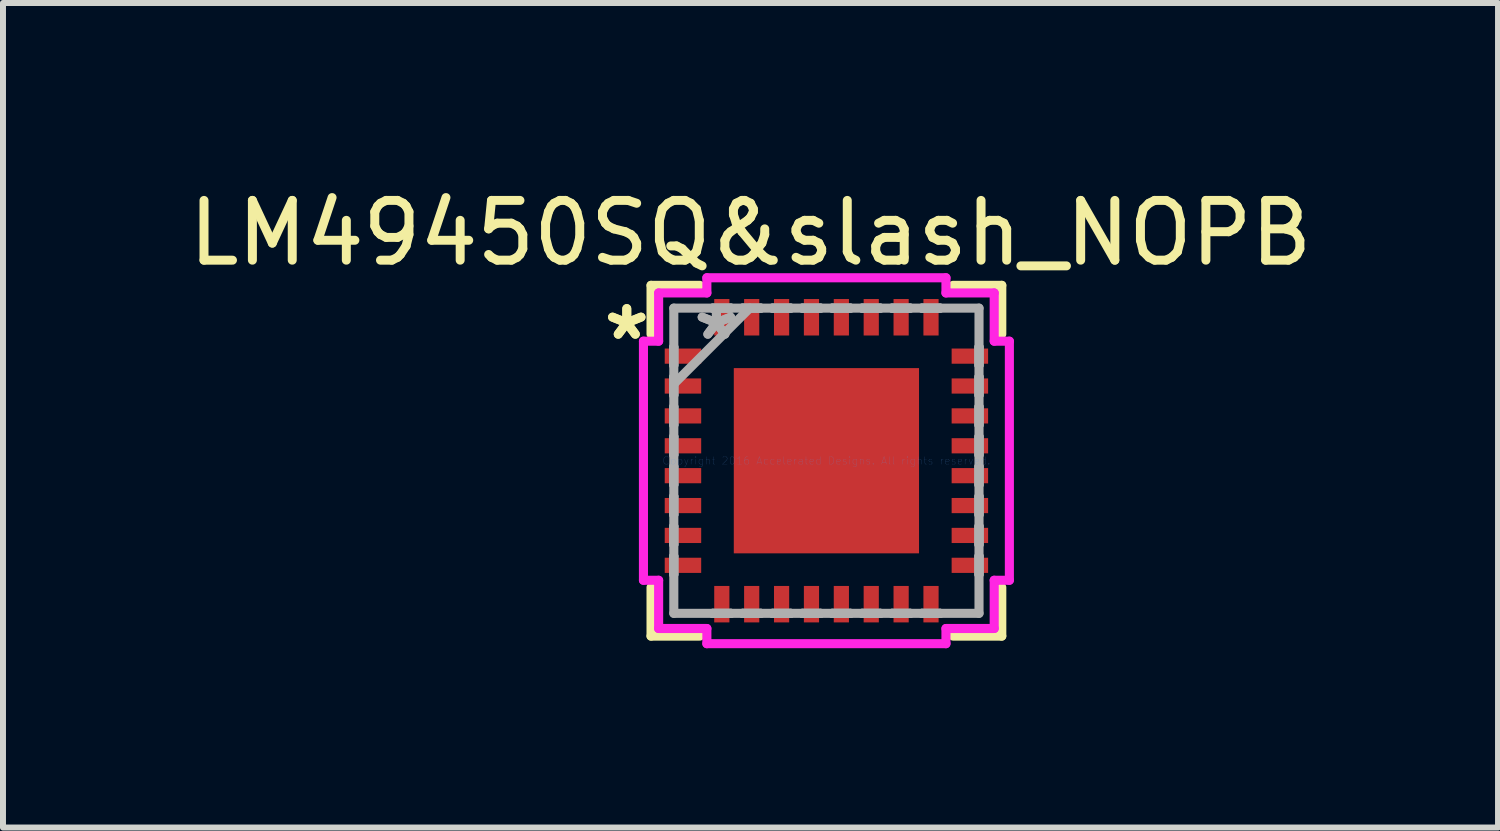
<source format=kicad_pcb>
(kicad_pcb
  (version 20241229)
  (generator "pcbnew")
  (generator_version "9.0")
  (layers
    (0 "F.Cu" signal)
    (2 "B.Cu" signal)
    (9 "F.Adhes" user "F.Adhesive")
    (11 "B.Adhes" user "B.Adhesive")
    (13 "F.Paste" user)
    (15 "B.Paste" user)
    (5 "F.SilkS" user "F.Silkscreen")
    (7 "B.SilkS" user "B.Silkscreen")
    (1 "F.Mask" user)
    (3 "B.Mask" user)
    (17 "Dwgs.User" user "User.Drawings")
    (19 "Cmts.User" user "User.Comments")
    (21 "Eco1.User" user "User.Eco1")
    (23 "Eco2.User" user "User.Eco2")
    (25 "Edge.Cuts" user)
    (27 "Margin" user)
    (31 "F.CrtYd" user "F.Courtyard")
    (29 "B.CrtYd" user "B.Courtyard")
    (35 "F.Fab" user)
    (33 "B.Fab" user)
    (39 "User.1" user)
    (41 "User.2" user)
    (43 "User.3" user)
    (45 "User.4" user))
  (footprint "LM49450SQ&slash_NOPB"
    (layer "F.Cu")
    (at 10.776 4.658)
    (property "Reference" "LM49450SQ&slash_NOPB" (at -1.27 -3.81 0) (layer "F.SilkS") (effects (font (size 1 1) (thickness 0.15))))
    (attr through_hole)
    (fp_line (start -2.934 -2.934) (end -2.934 -2.119) (stroke (width 0.152) (type solid)) (layer "F.SilkS"))
    (fp_line (start -2.934 2.119) (end -2.934 2.934) (stroke (width 0.152) (type solid)) (layer "F.SilkS"))
    (fp_line (start -2.934 2.934) (end -2.119 2.934) (stroke (width 0.152) (type solid)) (layer "F.SilkS"))
    (fp_line (start -2.119 -2.934) (end -2.934 -2.934) (stroke (width 0.152) (type solid)) (layer "F.SilkS"))
    (fp_line (start 2.119 2.934) (end 2.934 2.934) (stroke (width 0.152) (type solid)) (layer "F.SilkS"))
    (fp_line (start 2.934 -2.934) (end 2.119 -2.934) (stroke (width 0.152) (type solid)) (layer "F.SilkS"))
    (fp_line (start 2.934 -2.119) (end 2.934 -2.934) (stroke (width 0.152) (type solid)) (layer "F.SilkS"))
    (fp_line (start 2.934 2.934) (end 2.934 2.119) (stroke (width 0.152) (type solid)) (layer "F.SilkS"))
    (fp_line (start -2.908 -1.877) (end -2.908 -1.623) (stroke (width 0.152) (type solid)) (layer "F.Paste"))
    (fp_line (start -2.908 -1.623) (end -2.299 -1.623) (stroke (width 0.152) (type solid)) (layer "F.Paste"))
    (fp_line (start -2.908 -1.377) (end -2.908 -1.123) (stroke (width 0.152) (type solid)) (layer "F.Paste"))
    (fp_line (start -2.908 -1.123) (end -2.299 -1.123) (stroke (width 0.152) (type solid)) (layer "F.Paste"))
    (fp_line (start -2.908 -0.877) (end -2.908 -0.623) (stroke (width 0.152) (type solid)) (layer "F.Paste"))
    (fp_line (start -2.908 -0.623) (end -2.299 -0.623) (stroke (width 0.152) (type solid)) (layer "F.Paste"))
    (fp_line (start -2.908 -0.377) (end -2.908 -0.123) (stroke (width 0.152) (type solid)) (layer "F.Paste"))
    (fp_line (start -2.908 -0.123) (end -2.299 -0.123) (stroke (width 0.152) (type solid)) (layer "F.Paste"))
    (fp_line (start -2.908 0.123) (end -2.908 0.377) (stroke (width 0.152) (type solid)) (layer "F.Paste"))
    (fp_line (start -2.908 0.377) (end -2.299 0.377) (stroke (width 0.152) (type solid)) (layer "F.Paste"))
    (fp_line (start -2.908 0.623) (end -2.908 0.877) (stroke (width 0.152) (type solid)) (layer "F.Paste"))
    (fp_line (start -2.908 0.877) (end -2.299 0.877) (stroke (width 0.152) (type solid)) (layer "F.Paste"))
    (fp_line (start -2.908 1.123) (end -2.908 1.377) (stroke (width 0.152) (type solid)) (layer "F.Paste"))
    (fp_line (start -2.908 1.377) (end -2.299 1.377) (stroke (width 0.152) (type solid)) (layer "F.Paste"))
    (fp_line (start -2.908 1.623) (end -2.908 1.877) (stroke (width 0.152) (type solid)) (layer "F.Paste"))
    (fp_line (start -2.908 1.877) (end -2.299 1.877) (stroke (width 0.152) (type solid)) (layer "F.Paste"))
    (fp_line (start -2.299 -1.877) (end -2.908 -1.877) (stroke (width 0.152) (type solid)) (layer "F.Paste"))
    (fp_line (start -2.299 -1.623) (end -2.299 -1.877) (stroke (width 0.152) (type solid)) (layer "F.Paste"))
    (fp_line (start -2.299 -1.377) (end -2.908 -1.377) (stroke (width 0.152) (type solid)) (layer "F.Paste"))
    (fp_line (start -2.299 -1.123) (end -2.299 -1.377) (stroke (width 0.152) (type solid)) (layer "F.Paste"))
    (fp_line (start -2.299 -0.877) (end -2.908 -0.877) (stroke (width 0.152) (type solid)) (layer "F.Paste"))
    (fp_line (start -2.299 -0.623) (end -2.299 -0.877) (stroke (width 0.152) (type solid)) (layer "F.Paste"))
    (fp_line (start -2.299 -0.377) (end -2.908 -0.377) (stroke (width 0.152) (type solid)) (layer "F.Paste"))
    (fp_line (start -2.299 -0.123) (end -2.299 -0.377) (stroke (width 0.152) (type solid)) (layer "F.Paste"))
    (fp_line (start -2.299 0.123) (end -2.908 0.123) (stroke (width 0.152) (type solid)) (layer "F.Paste"))
    (fp_line (start -2.299 0.377) (end -2.299 0.123) (stroke (width 0.152) (type solid)) (layer "F.Paste"))
    (fp_line (start -2.299 0.623) (end -2.908 0.623) (stroke (width 0.152) (type solid)) (layer "F.Paste"))
    (fp_line (start -2.299 0.877) (end -2.299 0.623) (stroke (width 0.152) (type solid)) (layer "F.Paste"))
    (fp_line (start -2.299 1.123) (end -2.908 1.123) (stroke (width 0.152) (type solid)) (layer "F.Paste"))
    (fp_line (start -2.299 1.377) (end -2.299 1.123) (stroke (width 0.152) (type solid)) (layer "F.Paste"))
    (fp_line (start -2.299 1.623) (end -2.908 1.623) (stroke (width 0.152) (type solid)) (layer "F.Paste"))
    (fp_line (start -2.299 1.877) (end -2.299 1.623) (stroke (width 0.152) (type solid)) (layer "F.Paste"))
    (fp_line (start -1.877 -2.908) (end -1.877 -2.299) (stroke (width 0.152) (type solid)) (layer "F.Paste"))
    (fp_line (start -1.877 -2.299) (end -1.623 -2.299) (stroke (width 0.152) (type solid)) (layer "F.Paste"))
    (fp_line (start -1.877 2.299) (end -1.877 2.908) (stroke (width 0.152) (type solid)) (layer "F.Paste"))
    (fp_line (start -1.877 2.908) (end -1.623 2.908) (stroke (width 0.152) (type solid)) (layer "F.Paste"))
    (fp_line (start -1.623 -2.908) (end -1.877 -2.908) (stroke (width 0.152) (type solid)) (layer "F.Paste"))
    (fp_line (start -1.623 -2.299) (end -1.623 -2.908) (stroke (width 0.152) (type solid)) (layer "F.Paste"))
    (fp_line (start -1.623 2.299) (end -1.877 2.299) (stroke (width 0.152) (type solid)) (layer "F.Paste"))
    (fp_line (start -1.623 2.908) (end -1.623 2.299) (stroke (width 0.152) (type solid)) (layer "F.Paste"))
    (fp_line (start -1.395 -1.395) (end -1.395 -0.1) (stroke (width 0.152) (type solid)) (layer "F.Paste"))
    (fp_line (start -1.395 -0.1) (end -0.1 -0.1) (stroke (width 0.152) (type solid)) (layer "F.Paste"))
    (fp_line (start -1.395 0.1) (end -1.395 1.395) (stroke (width 0.152) (type solid)) (layer "F.Paste"))
    (fp_line (start -1.395 1.395) (end -0.1 1.395) (stroke (width 0.152) (type solid)) (layer "F.Paste"))
    (fp_line (start -1.377 -2.908) (end -1.377 -2.299) (stroke (width 0.152) (type solid)) (layer "F.Paste"))
    (fp_line (start -1.377 -2.299) (end -1.123 -2.299) (stroke (width 0.152) (type solid)) (layer "F.Paste"))
    (fp_line (start -1.377 2.299) (end -1.377 2.908) (stroke (width 0.152) (type solid)) (layer "F.Paste"))
    (fp_line (start -1.377 2.908) (end -1.123 2.908) (stroke (width 0.152) (type solid)) (layer "F.Paste"))
    (fp_line (start -1.123 -2.908) (end -1.377 -2.908) (stroke (width 0.152) (type solid)) (layer "F.Paste"))
    (fp_line (start -1.123 -2.299) (end -1.123 -2.908) (stroke (width 0.152) (type solid)) (layer "F.Paste"))
    (fp_line (start -1.123 2.299) (end -1.377 2.299) (stroke (width 0.152) (type solid)) (layer "F.Paste"))
    (fp_line (start -1.123 2.908) (end -1.123 2.299) (stroke (width 0.152) (type solid)) (layer "F.Paste"))
    (fp_line (start -0.877 -2.908) (end -0.877 -2.299) (stroke (width 0.152) (type solid)) (layer "F.Paste"))
    (fp_line (start -0.877 -2.299) (end -0.623 -2.299) (stroke (width 0.152) (type solid)) (layer "F.Paste"))
    (fp_line (start -0.877 2.299) (end -0.877 2.908) (stroke (width 0.152) (type solid)) (layer "F.Paste"))
    (fp_line (start -0.877 2.908) (end -0.623 2.908) (stroke (width 0.152) (type solid)) (layer "F.Paste"))
    (fp_line (start -0.623 -2.908) (end -0.877 -2.908) (stroke (width 0.152) (type solid)) (layer "F.Paste"))
    (fp_line (start -0.623 -2.299) (end -0.623 -2.908) (stroke (width 0.152) (type solid)) (layer "F.Paste"))
    (fp_line (start -0.623 2.299) (end -0.877 2.299) (stroke (width 0.152) (type solid)) (layer "F.Paste"))
    (fp_line (start -0.623 2.908) (end -0.623 2.299) (stroke (width 0.152) (type solid)) (layer "F.Paste"))
    (fp_line (start -0.377 -2.908) (end -0.377 -2.299) (stroke (width 0.152) (type solid)) (layer "F.Paste"))
    (fp_line (start -0.377 -2.299) (end -0.123 -2.299) (stroke (width 0.152) (type solid)) (layer "F.Paste"))
    (fp_line (start -0.377 2.299) (end -0.377 2.908) (stroke (width 0.152) (type solid)) (layer "F.Paste"))
    (fp_line (start -0.377 2.908) (end -0.123 2.908) (stroke (width 0.152) (type solid)) (layer "F.Paste"))
    (fp_line (start -0.123 -2.908) (end -0.377 -2.908) (stroke (width 0.152) (type solid)) (layer "F.Paste"))
    (fp_line (start -0.123 -2.299) (end -0.123 -2.908) (stroke (width 0.152) (type solid)) (layer "F.Paste"))
    (fp_line (start -0.123 2.299) (end -0.377 2.299) (stroke (width 0.152) (type solid)) (layer "F.Paste"))
    (fp_line (start -0.123 2.908) (end -0.123 2.299) (stroke (width 0.152) (type solid)) (layer "F.Paste"))
    (fp_line (start -0.1 -1.395) (end -1.395 -1.395) (stroke (width 0.152) (type solid)) (layer "F.Paste"))
    (fp_line (start -0.1 -0.1) (end -0.1 -1.395) (stroke (width 0.152) (type solid)) (layer "F.Paste"))
    (fp_line (start -0.1 0.1) (end -1.395 0.1) (stroke (width 0.152) (type solid)) (layer "F.Paste"))
    (fp_line (start -0.1 1.395) (end -0.1 0.1) (stroke (width 0.152) (type solid)) (layer "F.Paste"))
    (fp_line (start 0.1 -1.395) (end 0.1 -0.1) (stroke (width 0.152) (type solid)) (layer "F.Paste"))
    (fp_line (start 0.1 -0.1) (end 1.395 -0.1) (stroke (width 0.152) (type solid)) (layer "F.Paste"))
    (fp_line (start 0.1 0.1) (end 0.1 1.395) (stroke (width 0.152) (type solid)) (layer "F.Paste"))
    (fp_line (start 0.1 1.395) (end 1.395 1.395) (stroke (width 0.152) (type solid)) (layer "F.Paste"))
    (fp_line (start 0.123 -2.908) (end 0.123 -2.299) (stroke (width 0.152) (type solid)) (layer "F.Paste"))
    (fp_line (start 0.123 -2.299) (end 0.377 -2.299) (stroke (width 0.152) (type solid)) (layer "F.Paste"))
    (fp_line (start 0.123 2.299) (end 0.123 2.908) (stroke (width 0.152) (type solid)) (layer "F.Paste"))
    (fp_line (start 0.123 2.908) (end 0.377 2.908) (stroke (width 0.152) (type solid)) (layer "F.Paste"))
    (fp_line (start 0.377 -2.908) (end 0.123 -2.908) (stroke (width 0.152) (type solid)) (layer "F.Paste"))
    (fp_line (start 0.377 -2.299) (end 0.377 -2.908) (stroke (width 0.152) (type solid)) (layer "F.Paste"))
    (fp_line (start 0.377 2.299) (end 0.123 2.299) (stroke (width 0.152) (type solid)) (layer "F.Paste"))
    (fp_line (start 0.377 2.908) (end 0.377 2.299) (stroke (width 0.152) (type solid)) (layer "F.Paste"))
    (fp_line (start 0.623 -2.908) (end 0.623 -2.299) (stroke (width 0.152) (type solid)) (layer "F.Paste"))
    (fp_line (start 0.623 -2.299) (end 0.877 -2.299) (stroke (width 0.152) (type solid)) (layer "F.Paste"))
    (fp_line (start 0.623 2.299) (end 0.623 2.908) (stroke (width 0.152) (type solid)) (layer "F.Paste"))
    (fp_line (start 0.623 2.908) (end 0.877 2.908) (stroke (width 0.152) (type solid)) (layer "F.Paste"))
    (fp_line (start 0.877 -2.908) (end 0.623 -2.908) (stroke (width 0.152) (type solid)) (layer "F.Paste"))
    (fp_line (start 0.877 -2.299) (end 0.877 -2.908) (stroke (width 0.152) (type solid)) (layer "F.Paste"))
    (fp_line (start 0.877 2.299) (end 0.623 2.299) (stroke (width 0.152) (type solid)) (layer "F.Paste"))
    (fp_line (start 0.877 2.908) (end 0.877 2.299) (stroke (width 0.152) (type solid)) (layer "F.Paste"))
    (fp_line (start 1.123 -2.908) (end 1.123 -2.299) (stroke (width 0.152) (type solid)) (layer "F.Paste"))
    (fp_line (start 1.123 -2.299) (end 1.377 -2.299) (stroke (width 0.152) (type solid)) (layer "F.Paste"))
    (fp_line (start 1.123 2.299) (end 1.123 2.908) (stroke (width 0.152) (type solid)) (layer "F.Paste"))
    (fp_line (start 1.123 2.908) (end 1.377 2.908) (stroke (width 0.152) (type solid)) (layer "F.Paste"))
    (fp_line (start 1.377 -2.908) (end 1.123 -2.908) (stroke (width 0.152) (type solid)) (layer "F.Paste"))
    (fp_line (start 1.377 -2.299) (end 1.377 -2.908) (stroke (width 0.152) (type solid)) (layer "F.Paste"))
    (fp_line (start 1.377 2.299) (end 1.123 2.299) (stroke (width 0.152) (type solid)) (layer "F.Paste"))
    (fp_line (start 1.377 2.908) (end 1.377 2.299) (stroke (width 0.152) (type solid)) (layer "F.Paste"))
    (fp_line (start 1.395 -1.395) (end 0.1 -1.395) (stroke (width 0.152) (type solid)) (layer "F.Paste"))
    (fp_line (start 1.395 -0.1) (end 1.395 -1.395) (stroke (width 0.152) (type solid)) (layer "F.Paste"))
    (fp_line (start 1.395 0.1) (end 0.1 0.1) (stroke (width 0.152) (type solid)) (layer "F.Paste"))
    (fp_line (start 1.395 1.395) (end 1.395 0.1) (stroke (width 0.152) (type solid)) (layer "F.Paste"))
    (fp_line (start 1.623 -2.908) (end 1.623 -2.299) (stroke (width 0.152) (type solid)) (layer "F.Paste"))
    (fp_line (start 1.623 -2.299) (end 1.877 -2.299) (stroke (width 0.152) (type solid)) (layer "F.Paste"))
    (fp_line (start 1.623 2.299) (end 1.623 2.908) (stroke (width 0.152) (type solid)) (layer "F.Paste"))
    (fp_line (start 1.623 2.908) (end 1.877 2.908) (stroke (width 0.152) (type solid)) (layer "F.Paste"))
    (fp_line (start 1.877 -2.908) (end 1.623 -2.908) (stroke (width 0.152) (type solid)) (layer "F.Paste"))
    (fp_line (start 1.877 -2.299) (end 1.877 -2.908) (stroke (width 0.152) (type solid)) (layer "F.Paste"))
    (fp_line (start 1.877 2.299) (end 1.623 2.299) (stroke (width 0.152) (type solid)) (layer "F.Paste"))
    (fp_line (start 1.877 2.908) (end 1.877 2.299) (stroke (width 0.152) (type solid)) (layer "F.Paste"))
    (fp_line (start 2.299 -1.877) (end 2.299 -1.623) (stroke (width 0.152) (type solid)) (layer "F.Paste"))
    (fp_line (start 2.299 -1.623) (end 2.908 -1.623) (stroke (width 0.152) (type solid)) (layer "F.Paste"))
    (fp_line (start 2.299 -1.377) (end 2.299 -1.123) (stroke (width 0.152) (type solid)) (layer "F.Paste"))
    (fp_line (start 2.299 -1.123) (end 2.908 -1.123) (stroke (width 0.152) (type solid)) (layer "F.Paste"))
    (fp_line (start 2.299 -0.877) (end 2.299 -0.623) (stroke (width 0.152) (type solid)) (layer "F.Paste"))
    (fp_line (start 2.299 -0.623) (end 2.908 -0.623) (stroke (width 0.152) (type solid)) (layer "F.Paste"))
    (fp_line (start 2.299 -0.377) (end 2.299 -0.123) (stroke (width 0.152) (type solid)) (layer "F.Paste"))
    (fp_line (start 2.299 -0.123) (end 2.908 -0.123) (stroke (width 0.152) (type solid)) (layer "F.Paste"))
    (fp_line (start 2.299 0.123) (end 2.299 0.377) (stroke (width 0.152) (type solid)) (layer "F.Paste"))
    (fp_line (start 2.299 0.377) (end 2.908 0.377) (stroke (width 0.152) (type solid)) (layer "F.Paste"))
    (fp_line (start 2.299 0.623) (end 2.299 0.877) (stroke (width 0.152) (type solid)) (layer "F.Paste"))
    (fp_line (start 2.299 0.877) (end 2.908 0.877) (stroke (width 0.152) (type solid)) (layer "F.Paste"))
    (fp_line (start 2.299 1.123) (end 2.299 1.377) (stroke (width 0.152) (type solid)) (layer "F.Paste"))
    (fp_line (start 2.299 1.377) (end 2.908 1.377) (stroke (width 0.152) (type solid)) (layer "F.Paste"))
    (fp_line (start 2.299 1.623) (end 2.299 1.877) (stroke (width 0.152) (type solid)) (layer "F.Paste"))
    (fp_line (start 2.299 1.877) (end 2.908 1.877) (stroke (width 0.152) (type solid)) (layer "F.Paste"))
    (fp_line (start 2.908 -1.877) (end 2.299 -1.877) (stroke (width 0.152) (type solid)) (layer "F.Paste"))
    (fp_line (start 2.908 -1.623) (end 2.908 -1.877) (stroke (width 0.152) (type solid)) (layer "F.Paste"))
    (fp_line (start 2.908 -1.377) (end 2.299 -1.377) (stroke (width 0.152) (type solid)) (layer "F.Paste"))
    (fp_line (start 2.908 -1.123) (end 2.908 -1.377) (stroke (width 0.152) (type solid)) (layer "F.Paste"))
    (fp_line (start 2.908 -0.877) (end 2.299 -0.877) (stroke (width 0.152) (type solid)) (layer "F.Paste"))
    (fp_line (start 2.908 -0.623) (end 2.908 -0.877) (stroke (width 0.152) (type solid)) (layer "F.Paste"))
    (fp_line (start 2.908 -0.377) (end 2.299 -0.377) (stroke (width 0.152) (type solid)) (layer "F.Paste"))
    (fp_line (start 2.908 -0.123) (end 2.908 -0.377) (stroke (width 0.152) (type solid)) (layer "F.Paste"))
    (fp_line (start 2.908 0.123) (end 2.299 0.123) (stroke (width 0.152) (type solid)) (layer "F.Paste"))
    (fp_line (start 2.908 0.377) (end 2.908 0.123) (stroke (width 0.152) (type solid)) (layer "F.Paste"))
    (fp_line (start 2.908 0.623) (end 2.299 0.623) (stroke (width 0.152) (type solid)) (layer "F.Paste"))
    (fp_line (start 2.908 0.877) (end 2.908 0.623) (stroke (width 0.152) (type solid)) (layer "F.Paste"))
    (fp_line (start 2.908 1.123) (end 2.299 1.123) (stroke (width 0.152) (type solid)) (layer "F.Paste"))
    (fp_line (start 2.908 1.377) (end 2.908 1.123) (stroke (width 0.152) (type solid)) (layer "F.Paste"))
    (fp_line (start 2.908 1.623) (end 2.299 1.623) (stroke (width 0.152) (type solid)) (layer "F.Paste"))
    (fp_line (start 2.908 1.877) (end 2.908 1.623) (stroke (width 0.152) (type solid)) (layer "F.Paste"))
    (fp_line (start -3.061 -2) (end -2.807 -2) (stroke (width 0.152) (type solid)) (layer "F.CrtYd"))
    (fp_line (start -3.061 2) (end -3.061 -2) (stroke (width 0.152) (type solid)) (layer "F.CrtYd"))
    (fp_line (start -2.807 -2.807) (end -2 -2.807) (stroke (width 0.152) (type solid)) (layer "F.CrtYd"))
    (fp_line (start -2.807 -2) (end -2.807 -2.807) (stroke (width 0.152) (type solid)) (layer "F.CrtYd"))
    (fp_line (start -2.807 2) (end -3.061 2) (stroke (width 0.152) (type solid)) (layer "F.CrtYd"))
    (fp_line (start -2.807 2.807) (end -2.807 2) (stroke (width 0.152) (type solid)) (layer "F.CrtYd"))
    (fp_line (start -2 -3.061) (end 2 -3.061) (stroke (width 0.152) (type solid)) (layer "F.CrtYd"))
    (fp_line (start -2 -2.807) (end -2 -3.061) (stroke (width 0.152) (type solid)) (layer "F.CrtYd"))
    (fp_line (start -2 2.807) (end -2.807 2.807) (stroke (width 0.152) (type solid)) (layer "F.CrtYd"))
    (fp_line (start -2 3.061) (end -2 2.807) (stroke (width 0.152) (type solid)) (layer "F.CrtYd"))
    (fp_line (start 2 -3.061) (end 2 -2.807) (stroke (width 0.152) (type solid)) (layer "F.CrtYd"))
    (fp_line (start 2 -2.807) (end 2.807 -2.807) (stroke (width 0.152) (type solid)) (layer "F.CrtYd"))
    (fp_line (start 2 2.807) (end 2 3.061) (stroke (width 0.152) (type solid)) (layer "F.CrtYd"))
    (fp_line (start 2 3.061) (end -2 3.061) (stroke (width 0.152) (type solid)) (layer "F.CrtYd"))
    (fp_line (start 2.807 -2.807) (end 2.807 -2) (stroke (width 0.152) (type solid)) (layer "F.CrtYd"))
    (fp_line (start 2.807 -2) (end 3.061 -2) (stroke (width 0.152) (type solid)) (layer "F.CrtYd"))
    (fp_line (start 2.807 2) (end 2.807 2.807) (stroke (width 0.152) (type solid)) (layer "F.CrtYd"))
    (fp_line (start 2.807 2.807) (end 2 2.807) (stroke (width 0.152) (type solid)) (layer "F.CrtYd"))
    (fp_line (start 3.061 -2) (end 3.061 2) (stroke (width 0.152) (type solid)) (layer "F.CrtYd"))
    (fp_line (start 3.061 2) (end 2.807 2) (stroke (width 0.152) (type solid)) (layer "F.CrtYd"))
    (fp_line (start -2.553 -2.553) (end -2.553 2.553) (stroke (width 0.152) (type solid)) (layer "F.Fab"))
    (fp_line (start -2.553 -1.902) (end -2.553 -1.902) (stroke (width 0.152) (type solid)) (layer "F.Fab"))
    (fp_line (start -2.553 -1.902) (end -2.553 -1.598) (stroke (width 0.152) (type solid)) (layer "F.Fab"))
    (fp_line (start -2.553 -1.598) (end -2.553 -1.902) (stroke (width 0.152) (type solid)) (layer "F.Fab"))
    (fp_line (start -2.553 -1.598) (end -2.553 -1.598) (stroke (width 0.152) (type solid)) (layer "F.Fab"))
    (fp_line (start -2.553 -1.402) (end -2.553 -1.402) (stroke (width 0.152) (type solid)) (layer "F.Fab"))
    (fp_line (start -2.553 -1.402) (end -2.553 -1.098) (stroke (width 0.152) (type solid)) (layer "F.Fab"))
    (fp_line (start -2.553 -1.283) (end -1.283 -2.553) (stroke (width 0.152) (type solid)) (layer "F.Fab"))
    (fp_line (start -2.553 -1.098) (end -2.553 -1.402) (stroke (width 0.152) (type solid)) (layer "F.Fab"))
    (fp_line (start -2.553 -1.098) (end -2.553 -1.098) (stroke (width 0.152) (type solid)) (layer "F.Fab"))
    (fp_line (start -2.553 -0.902) (end -2.553 -0.902) (stroke (width 0.152) (type solid)) (layer "F.Fab"))
    (fp_line (start -2.553 -0.902) (end -2.553 -0.598) (stroke (width 0.152) (type solid)) (layer "F.Fab"))
    (fp_line (start -2.553 -0.598) (end -2.553 -0.902) (stroke (width 0.152) (type solid)) (layer "F.Fab"))
    (fp_line (start -2.553 -0.598) (end -2.553 -0.598) (stroke (width 0.152) (type solid)) (layer "F.Fab"))
    (fp_line (start -2.553 -0.402) (end -2.553 -0.402) (stroke (width 0.152) (type solid)) (layer "F.Fab"))
    (fp_line (start -2.553 -0.402) (end -2.553 -0.098) (stroke (width 0.152) (type solid)) (layer "F.Fab"))
    (fp_line (start -2.553 -0.098) (end -2.553 -0.402) (stroke (width 0.152) (type solid)) (layer "F.Fab"))
    (fp_line (start -2.553 -0.098) (end -2.553 -0.098) (stroke (width 0.152) (type solid)) (layer "F.Fab"))
    (fp_line (start -2.553 0.098) (end -2.553 0.098) (stroke (width 0.152) (type solid)) (layer "F.Fab"))
    (fp_line (start -2.553 0.098) (end -2.553 0.402) (stroke (width 0.152) (type solid)) (layer "F.Fab"))
    (fp_line (start -2.553 0.402) (end -2.553 0.098) (stroke (width 0.152) (type solid)) (layer "F.Fab"))
    (fp_line (start -2.553 0.402) (end -2.553 0.402) (stroke (width 0.152) (type solid)) (layer "F.Fab"))
    (fp_line (start -2.553 0.598) (end -2.553 0.598) (stroke (width 0.152) (type solid)) (layer "F.Fab"))
    (fp_line (start -2.553 0.598) (end -2.553 0.902) (stroke (width 0.152) (type solid)) (layer "F.Fab"))
    (fp_line (start -2.553 0.902) (end -2.553 0.598) (stroke (width 0.152) (type solid)) (layer "F.Fab"))
    (fp_line (start -2.553 0.902) (end -2.553 0.902) (stroke (width 0.152) (type solid)) (layer "F.Fab"))
    (fp_line (start -2.553 1.098) (end -2.553 1.098) (stroke (width 0.152) (type solid)) (layer "F.Fab"))
    (fp_line (start -2.553 1.098) (end -2.553 1.402) (stroke (width 0.152) (type solid)) (layer "F.Fab"))
    (fp_line (start -2.553 1.402) (end -2.553 1.098) (stroke (width 0.152) (type solid)) (layer "F.Fab"))
    (fp_line (start -2.553 1.402) (end -2.553 1.402) (stroke (width 0.152) (type solid)) (layer "F.Fab"))
    (fp_line (start -2.553 1.598) (end -2.553 1.598) (stroke (width 0.152) (type solid)) (layer "F.Fab"))
    (fp_line (start -2.553 1.598) (end -2.553 1.902) (stroke (width 0.152) (type solid)) (layer "F.Fab"))
    (fp_line (start -2.553 1.902) (end -2.553 1.598) (stroke (width 0.152) (type solid)) (layer "F.Fab"))
    (fp_line (start -2.553 1.902) (end -2.553 1.902) (stroke (width 0.152) (type solid)) (layer "F.Fab"))
    (fp_line (start -2.553 2.553) (end 2.553 2.553) (stroke (width 0.152) (type solid)) (layer "F.Fab"))
    (fp_line (start -1.902 -2.553) (end -1.902 -2.553) (stroke (width 0.152) (type solid)) (layer "F.Fab"))
    (fp_line (start -1.902 -2.553) (end -1.598 -2.553) (stroke (width 0.152) (type solid)) (layer "F.Fab"))
    (fp_line (start -1.902 2.553) (end -1.902 2.553) (stroke (width 0.152) (type solid)) (layer "F.Fab"))
    (fp_line (start -1.902 2.553) (end -1.598 2.553) (stroke (width 0.152) (type solid)) (layer "F.Fab"))
    (fp_line (start -1.598 -2.553) (end -1.902 -2.553) (stroke (width 0.152) (type solid)) (layer "F.Fab"))
    (fp_line (start -1.598 -2.553) (end -1.598 -2.553) (stroke (width 0.152) (type solid)) (layer "F.Fab"))
    (fp_line (start -1.598 2.553) (end -1.902 2.553) (stroke (width 0.152) (type solid)) (layer "F.Fab"))
    (fp_line (start -1.598 2.553) (end -1.598 2.553) (stroke (width 0.152) (type solid)) (layer "F.Fab"))
    (fp_line (start -1.402 -2.553) (end -1.402 -2.553) (stroke (width 0.152) (type solid)) (layer "F.Fab"))
    (fp_line (start -1.402 -2.553) (end -1.098 -2.553) (stroke (width 0.152) (type solid)) (layer "F.Fab"))
    (fp_line (start -1.402 2.553) (end -1.402 2.553) (stroke (width 0.152) (type solid)) (layer "F.Fab"))
    (fp_line (start -1.402 2.553) (end -1.098 2.553) (stroke (width 0.152) (type solid)) (layer "F.Fab"))
    (fp_line (start -1.098 -2.553) (end -1.402 -2.553) (stroke (width 0.152) (type solid)) (layer "F.Fab"))
    (fp_line (start -1.098 -2.553) (end -1.098 -2.553) (stroke (width 0.152) (type solid)) (layer "F.Fab"))
    (fp_line (start -1.098 2.553) (end -1.402 2.553) (stroke (width 0.152) (type solid)) (layer "F.Fab"))
    (fp_line (start -1.098 2.553) (end -1.098 2.553) (stroke (width 0.152) (type solid)) (layer "F.Fab"))
    (fp_line (start -0.902 -2.553) (end -0.902 -2.553) (stroke (width 0.152) (type solid)) (layer "F.Fab"))
    (fp_line (start -0.902 -2.553) (end -0.598 -2.553) (stroke (width 0.152) (type solid)) (layer "F.Fab"))
    (fp_line (start -0.902 2.553) (end -0.902 2.553) (stroke (width 0.152) (type solid)) (layer "F.Fab"))
    (fp_line (start -0.902 2.553) (end -0.598 2.553) (stroke (width 0.152) (type solid)) (layer "F.Fab"))
    (fp_line (start -0.598 -2.553) (end -0.902 -2.553) (stroke (width 0.152) (type solid)) (layer "F.Fab"))
    (fp_line (start -0.598 -2.553) (end -0.598 -2.553) (stroke (width 0.152) (type solid)) (layer "F.Fab"))
    (fp_line (start -0.598 2.553) (end -0.902 2.553) (stroke (width 0.152) (type solid)) (layer "F.Fab"))
    (fp_line (start -0.598 2.553) (end -0.598 2.553) (stroke (width 0.152) (type solid)) (layer "F.Fab"))
    (fp_line (start -0.402 -2.553) (end -0.402 -2.553) (stroke (width 0.152) (type solid)) (layer "F.Fab"))
    (fp_line (start -0.402 -2.553) (end -0.098 -2.553) (stroke (width 0.152) (type solid)) (layer "F.Fab"))
    (fp_line (start -0.402 2.553) (end -0.402 2.553) (stroke (width 0.152) (type solid)) (layer "F.Fab"))
    (fp_line (start -0.402 2.553) (end -0.098 2.553) (stroke (width 0.152) (type solid)) (layer "F.Fab"))
    (fp_line (start -0.098 -2.553) (end -0.402 -2.553) (stroke (width 0.152) (type solid)) (layer "F.Fab"))
    (fp_line (start -0.098 -2.553) (end -0.098 -2.553) (stroke (width 0.152) (type solid)) (layer "F.Fab"))
    (fp_line (start -0.098 2.553) (end -0.402 2.553) (stroke (width 0.152) (type solid)) (layer "F.Fab"))
    (fp_line (start -0.098 2.553) (end -0.098 2.553) (stroke (width 0.152) (type solid)) (layer "F.Fab"))
    (fp_line (start 0.098 -2.553) (end 0.098 -2.553) (stroke (width 0.152) (type solid)) (layer "F.Fab"))
    (fp_line (start 0.098 -2.553) (end 0.402 -2.553) (stroke (width 0.152) (type solid)) (layer "F.Fab"))
    (fp_line (start 0.098 2.553) (end 0.098 2.553) (stroke (width 0.152) (type solid)) (layer "F.Fab"))
    (fp_line (start 0.098 2.553) (end 0.402 2.553) (stroke (width 0.152) (type solid)) (layer "F.Fab"))
    (fp_line (start 0.402 -2.553) (end 0.098 -2.553) (stroke (width 0.152) (type solid)) (layer "F.Fab"))
    (fp_line (start 0.402 -2.553) (end 0.402 -2.553) (stroke (width 0.152) (type solid)) (layer "F.Fab"))
    (fp_line (start 0.402 2.553) (end 0.098 2.553) (stroke (width 0.152) (type solid)) (layer "F.Fab"))
    (fp_line (start 0.402 2.553) (end 0.402 2.553) (stroke (width 0.152) (type solid)) (layer "F.Fab"))
    (fp_line (start 0.598 -2.553) (end 0.598 -2.553) (stroke (width 0.152) (type solid)) (layer "F.Fab"))
    (fp_line (start 0.598 -2.553) (end 0.902 -2.553) (stroke (width 0.152) (type solid)) (layer "F.Fab"))
    (fp_line (start 0.598 2.553) (end 0.598 2.553) (stroke (width 0.152) (type solid)) (layer "F.Fab"))
    (fp_line (start 0.598 2.553) (end 0.902 2.553) (stroke (width 0.152) (type solid)) (layer "F.Fab"))
    (fp_line (start 0.902 -2.553) (end 0.598 -2.553) (stroke (width 0.152) (type solid)) (layer "F.Fab"))
    (fp_line (start 0.902 -2.553) (end 0.902 -2.553) (stroke (width 0.152) (type solid)) (layer "F.Fab"))
    (fp_line (start 0.902 2.553) (end 0.598 2.553) (stroke (width 0.152) (type solid)) (layer "F.Fab"))
    (fp_line (start 0.902 2.553) (end 0.902 2.553) (stroke (width 0.152) (type solid)) (layer "F.Fab"))
    (fp_line (start 1.098 -2.553) (end 1.098 -2.553) (stroke (width 0.152) (type solid)) (layer "F.Fab"))
    (fp_line (start 1.098 -2.553) (end 1.402 -2.553) (stroke (width 0.152) (type solid)) (layer "F.Fab"))
    (fp_line (start 1.098 2.553) (end 1.098 2.553) (stroke (width 0.152) (type solid)) (layer "F.Fab"))
    (fp_line (start 1.098 2.553) (end 1.402 2.553) (stroke (width 0.152) (type solid)) (layer "F.Fab"))
    (fp_line (start 1.402 -2.553) (end 1.098 -2.553) (stroke (width 0.152) (type solid)) (layer "F.Fab"))
    (fp_line (start 1.402 -2.553) (end 1.402 -2.553) (stroke (width 0.152) (type solid)) (layer "F.Fab"))
    (fp_line (start 1.402 2.553) (end 1.098 2.553) (stroke (width 0.152) (type solid)) (layer "F.Fab"))
    (fp_line (start 1.402 2.553) (end 1.402 2.553) (stroke (width 0.152) (type solid)) (layer "F.Fab"))
    (fp_line (start 1.598 -2.553) (end 1.598 -2.553) (stroke (width 0.152) (type solid)) (layer "F.Fab"))
    (fp_line (start 1.598 -2.553) (end 1.902 -2.553) (stroke (width 0.152) (type solid)) (layer "F.Fab"))
    (fp_line (start 1.598 2.553) (end 1.598 2.553) (stroke (width 0.152) (type solid)) (layer "F.Fab"))
    (fp_line (start 1.598 2.553) (end 1.902 2.553) (stroke (width 0.152) (type solid)) (layer "F.Fab"))
    (fp_line (start 1.902 -2.553) (end 1.598 -2.553) (stroke (width 0.152) (type solid)) (layer "F.Fab"))
    (fp_line (start 1.902 -2.553) (end 1.902 -2.553) (stroke (width 0.152) (type solid)) (layer "F.Fab"))
    (fp_line (start 1.902 2.553) (end 1.598 2.553) (stroke (width 0.152) (type solid)) (layer "F.Fab"))
    (fp_line (start 1.902 2.553) (end 1.902 2.553) (stroke (width 0.152) (type solid)) (layer "F.Fab"))
    (fp_line (start 2.553 -2.553) (end -2.553 -2.553) (stroke (width 0.152) (type solid)) (layer "F.Fab"))
    (fp_line (start 2.553 -1.902) (end 2.553 -1.902) (stroke (width 0.152) (type solid)) (layer "F.Fab"))
    (fp_line (start 2.553 -1.902) (end 2.553 -1.598) (stroke (width 0.152) (type solid)) (layer "F.Fab"))
    (fp_line (start 2.553 -1.598) (end 2.553 -1.902) (stroke (width 0.152) (type solid)) (layer "F.Fab"))
    (fp_line (start 2.553 -1.598) (end 2.553 -1.598) (stroke (width 0.152) (type solid)) (layer "F.Fab"))
    (fp_line (start 2.553 -1.402) (end 2.553 -1.402) (stroke (width 0.152) (type solid)) (layer "F.Fab"))
    (fp_line (start 2.553 -1.402) (end 2.553 -1.098) (stroke (width 0.152) (type solid)) (layer "F.Fab"))
    (fp_line (start 2.553 -1.098) (end 2.553 -1.402) (stroke (width 0.152) (type solid)) (layer "F.Fab"))
    (fp_line (start 2.553 -1.098) (end 2.553 -1.098) (stroke (width 0.152) (type solid)) (layer "F.Fab"))
    (fp_line (start 2.553 -0.902) (end 2.553 -0.902) (stroke (width 0.152) (type solid)) (layer "F.Fab"))
    (fp_line (start 2.553 -0.902) (end 2.553 -0.598) (stroke (width 0.152) (type solid)) (layer "F.Fab"))
    (fp_line (start 2.553 -0.598) (end 2.553 -0.902) (stroke (width 0.152) (type solid)) (layer "F.Fab"))
    (fp_line (start 2.553 -0.598) (end 2.553 -0.598) (stroke (width 0.152) (type solid)) (layer "F.Fab"))
    (fp_line (start 2.553 -0.402) (end 2.553 -0.402) (stroke (width 0.152) (type solid)) (layer "F.Fab"))
    (fp_line (start 2.553 -0.402) (end 2.553 -0.098) (stroke (width 0.152) (type solid)) (layer "F.Fab"))
    (fp_line (start 2.553 -0.098) (end 2.553 -0.402) (stroke (width 0.152) (type solid)) (layer "F.Fab"))
    (fp_line (start 2.553 -0.098) (end 2.553 -0.098) (stroke (width 0.152) (type solid)) (layer "F.Fab"))
    (fp_line (start 2.553 0.098) (end 2.553 0.098) (stroke (width 0.152) (type solid)) (layer "F.Fab"))
    (fp_line (start 2.553 0.098) (end 2.553 0.402) (stroke (width 0.152) (type solid)) (layer "F.Fab"))
    (fp_line (start 2.553 0.402) (end 2.553 0.098) (stroke (width 0.152) (type solid)) (layer "F.Fab"))
    (fp_line (start 2.553 0.402) (end 2.553 0.402) (stroke (width 0.152) (type solid)) (layer "F.Fab"))
    (fp_line (start 2.553 0.598) (end 2.553 0.598) (stroke (width 0.152) (type solid)) (layer "F.Fab"))
    (fp_line (start 2.553 0.598) (end 2.553 0.902) (stroke (width 0.152) (type solid)) (layer "F.Fab"))
    (fp_line (start 2.553 0.902) (end 2.553 0.598) (stroke (width 0.152) (type solid)) (layer "F.Fab"))
    (fp_line (start 2.553 0.902) (end 2.553 0.902) (stroke (width 0.152) (type solid)) (layer "F.Fab"))
    (fp_line (start 2.553 1.098) (end 2.553 1.098) (stroke (width 0.152) (type solid)) (layer "F.Fab"))
    (fp_line (start 2.553 1.098) (end 2.553 1.402) (stroke (width 0.152) (type solid)) (layer "F.Fab"))
    (fp_line (start 2.553 1.402) (end 2.553 1.098) (stroke (width 0.152) (type solid)) (layer "F.Fab"))
    (fp_line (start 2.553 1.402) (end 2.553 1.402) (stroke (width 0.152) (type solid)) (layer "F.Fab"))
    (fp_line (start 2.553 1.598) (end 2.553 1.598) (stroke (width 0.152) (type solid)) (layer "F.Fab"))
    (fp_line (start 2.553 1.598) (end 2.553 1.902) (stroke (width 0.152) (type solid)) (layer "F.Fab"))
    (fp_line (start 2.553 1.902) (end 2.553 1.598) (stroke (width 0.152) (type solid)) (layer "F.Fab"))
    (fp_line (start 2.553 1.902) (end 2.553 1.902) (stroke (width 0.152) (type solid)) (layer "F.Fab"))
    (fp_line (start 2.553 2.553) (end 2.553 -2.553) (stroke (width 0.152) (type solid)) (layer "F.Fab"))
    (fp_text user "*" (at -3.34 -2 0) (layer "F.SilkS") (effects (font (size 1 1) (thickness 0.15))))
    (fp_text user "*" (at -3.34 -2 0) (layer "F.SilkS") (effects (font (size 1 1) (thickness 0.15))))
    (fp_text user "Copyright 2016 Accelerated Designs. All rights reserved." (at 0 0 0) (layer "Cmts.User") (effects (font (size 0.127 0.127) (thickness 0.002))))
    (fp_text user "*" (at -1.841 -2 0) (layer "F.Fab") (effects (font (size 1 1) (thickness 0.15))))
    (fp_text user "*" (at -1.841 -2 0) (layer "F.Fab") (effects (font (size 1 1) (thickness 0.15))))
    (pad "1" smd rect (at -2.4 -1.75 90) (size 0.254 0.61) (layers "F.Cu" "F.Mask" "F.Paste"))
    (pad "2" smd rect (at -2.4 -1.25 90) (size 0.254 0.61) (layers "F.Cu" "F.Mask" "F.Paste"))
    (pad "3" smd rect (at -2.4 -0.75 90) (size 0.254 0.61) (layers "F.Cu" "F.Mask" "F.Paste"))
    (pad "4" smd rect (at -2.4 -0.25 90) (size 0.254 0.61) (layers "F.Cu" "F.Mask" "F.Paste"))
    (pad "5" smd rect (at -2.4 0.25 90) (size 0.254 0.61) (layers "F.Cu" "F.Mask" "F.Paste"))
    (pad "6" smd rect (at -2.4 0.75 90) (size 0.254 0.61) (layers "F.Cu" "F.Mask" "F.Paste"))
    (pad "7" smd rect (at -2.4 1.25 90) (size 0.254 0.61) (layers "F.Cu" "F.Mask" "F.Paste"))
    (pad "8" smd rect (at -2.4 1.75 90) (size 0.254 0.61) (layers "F.Cu" "F.Mask" "F.Paste"))
    (pad "9" smd rect (at -1.75 2.4) (size 0.254 0.61) (layers "F.Cu" "F.Mask" "F.Paste"))
    (pad "10" smd rect (at -1.25 2.4) (size 0.254 0.61) (layers "F.Cu" "F.Mask" "F.Paste"))
    (pad "11" smd rect (at -0.75 2.4) (size 0.254 0.61) (layers "F.Cu" "F.Mask" "F.Paste"))
    (pad "12" smd rect (at -0.25 2.4) (size 0.254 0.61) (layers "F.Cu" "F.Mask" "F.Paste"))
    (pad "13" smd rect (at 0.25 2.4) (size 0.254 0.61) (layers "F.Cu" "F.Mask" "F.Paste"))
    (pad "14" smd rect (at 0.75 2.4) (size 0.254 0.61) (layers "F.Cu" "F.Mask" "F.Paste"))
    (pad "15" smd rect (at 1.25 2.4) (size 0.254 0.61) (layers "F.Cu" "F.Mask" "F.Paste"))
    (pad "16" smd rect (at 1.75 2.4) (size 0.254 0.61) (layers "F.Cu" "F.Mask" "F.Paste"))
    (pad "17" smd rect (at 2.4 1.75 90) (size 0.254 0.61) (layers "F.Cu" "F.Mask" "F.Paste"))
    (pad "18" smd rect (at 2.4 1.25 90) (size 0.254 0.61) (layers "F.Cu" "F.Mask" "F.Paste"))
    (pad "19" smd rect (at 2.4 0.75 90) (size 0.254 0.61) (layers "F.Cu" "F.Mask" "F.Paste"))
    (pad "20" smd rect (at 2.4 0.25 90) (size 0.254 0.61) (layers "F.Cu" "F.Mask" "F.Paste"))
    (pad "21" smd rect (at 2.4 -0.25 90) (size 0.254 0.61) (layers "F.Cu" "F.Mask" "F.Paste"))
    (pad "22" smd rect (at 2.4 -0.75 90) (size 0.254 0.61) (layers "F.Cu" "F.Mask" "F.Paste"))
    (pad "23" smd rect (at 2.4 -1.25 90) (size 0.254 0.61) (layers "F.Cu" "F.Mask" "F.Paste"))
    (pad "24" smd rect (at 2.4 -1.75 90) (size 0.254 0.61) (layers "F.Cu" "F.Mask" "F.Paste"))
    (pad "25" smd rect (at 1.75 -2.4) (size 0.254 0.61) (layers "F.Cu" "F.Mask" "F.Paste"))
    (pad "26" smd rect (at 1.25 -2.4) (size 0.254 0.61) (layers "F.Cu" "F.Mask" "F.Paste"))
    (pad "27" smd rect (at 0.75 -2.4) (size 0.254 0.61) (layers "F.Cu" "F.Mask" "F.Paste"))
    (pad "28" smd rect (at 0.25 -2.4) (size 0.254 0.61) (layers "F.Cu" "F.Mask" "F.Paste"))
    (pad "29" smd rect (at -0.25 -2.4) (size 0.254 0.61) (layers "F.Cu" "F.Mask" "F.Paste"))
    (pad "30" smd rect (at -0.75 -2.4) (size 0.254 0.61) (layers "F.Cu" "F.Mask" "F.Paste"))
    (pad "31" smd rect (at -1.25 -2.4) (size 0.254 0.61) (layers "F.Cu" "F.Mask" "F.Paste"))
    (pad "32" smd rect (at -1.75 -2.4) (size 0.254 0.61) (layers "F.Cu" "F.Mask" "F.Paste"))
    (pad "33" smd rect (at 0 0) (size 3.099 3.099) (layers "F.Cu" "F.Mask" "F.Paste")))
  (gr_rect
    (start -3 -3)
    (end 22.012 10.795)
    (stroke (width 0.1) (type default))
    (fill no)
    (layer "Edge.Cuts")))
</source>
